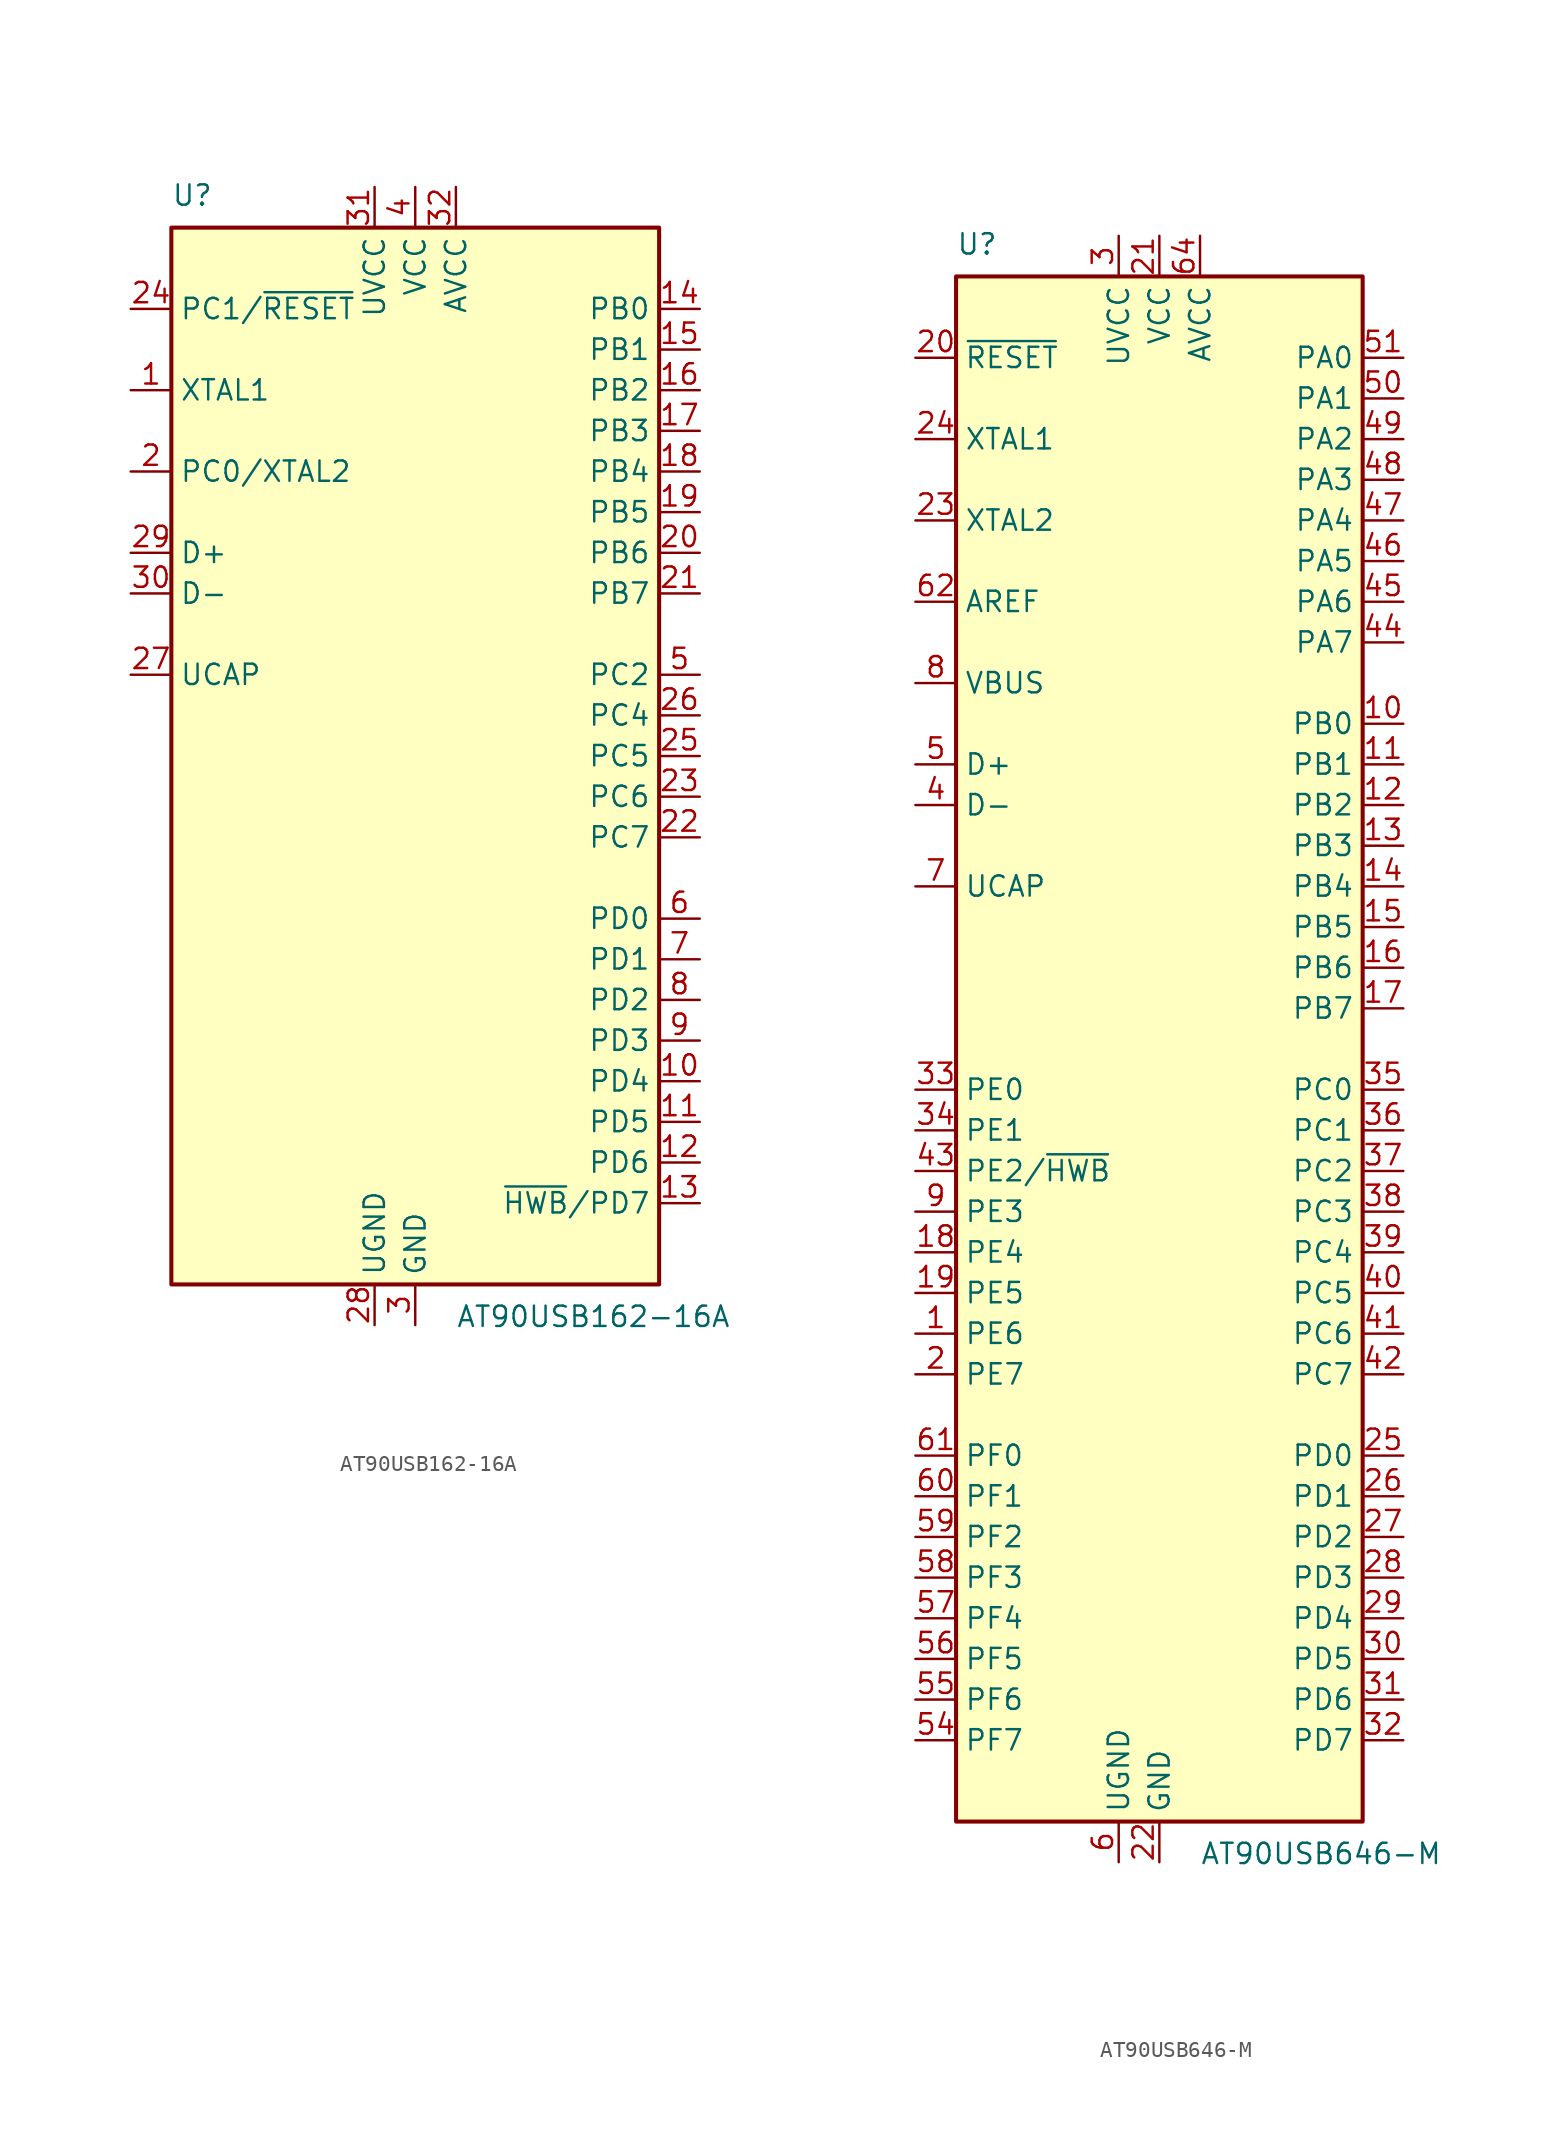
<source format=kicad_sym>
(kicad_symbol_lib
  (version 20201005)
  (generator kicad_symbol_editor)
  (symbol "AT90USB162-16A"
    (property "Reference" "U"
      (at -15.24 34.29 0)
      (effects (font (size 1.27 1.27)) (justify left bottom)))
    (property "Value" "AT90USB162-16A"
      (at 2.54 -34.29 0)
      (effects (font (size 1.27 1.27)) (justify left top)))
    (symbol "AT90USB162-16A_0_1"
      (rectangle (start -15.24 -33.02) (end 15.24 33.02) (stroke (width 0.254)) (fill (type background))))
    (symbol "AT90USB162-16A_1_1"
      (pin input line (at -17.78 22.86 0) (length 2.54) (name "XTAL1" (effects (font (size 1.27 1.27)))) (number "1" (effects (font (size 1.27 1.27)))))
      (pin bidirectional line (at 17.78 -20.32 180) (length 2.54) (name "PD4" (effects (font (size 1.27 1.27)))) (number "10" (effects (font (size 1.27 1.27)))))
      (pin bidirectional line (at 17.78 -22.86 180) (length 2.54) (name "PD5" (effects (font (size 1.27 1.27)))) (number "11" (effects (font (size 1.27 1.27)))))
      (pin bidirectional line (at 17.78 -25.4 180) (length 2.54) (name "PD6" (effects (font (size 1.27 1.27)))) (number "12" (effects (font (size 1.27 1.27)))))
      (pin bidirectional line (at 17.78 -27.94 180) (length 2.54) (name "~HWB~/PD7" (effects (font (size 1.27 1.27)))) (number "13" (effects (font (size 1.27 1.27)))))
      (pin bidirectional line (at 17.78 27.94 180) (length 2.54) (name "PB0" (effects (font (size 1.27 1.27)))) (number "14" (effects (font (size 1.27 1.27)))))
      (pin bidirectional line (at 17.78 25.4 180) (length 2.54) (name "PB1" (effects (font (size 1.27 1.27)))) (number "15" (effects (font (size 1.27 1.27)))))
      (pin bidirectional line (at 17.78 22.86 180) (length 2.54) (name "PB2" (effects (font (size 1.27 1.27)))) (number "16" (effects (font (size 1.27 1.27)))))
      (pin bidirectional line (at 17.78 20.32 180) (length 2.54) (name "PB3" (effects (font (size 1.27 1.27)))) (number "17" (effects (font (size 1.27 1.27)))))
      (pin bidirectional line (at 17.78 17.78 180) (length 2.54) (name "PB4" (effects (font (size 1.27 1.27)))) (number "18" (effects (font (size 1.27 1.27)))))
      (pin bidirectional line (at 17.78 15.24 180) (length 2.54) (name "PB5" (effects (font (size 1.27 1.27)))) (number "19" (effects (font (size 1.27 1.27)))))
      (pin bidirectional line (at -17.78 17.78 0) (length 2.54) (name "PC0/XTAL2" (effects (font (size 1.27 1.27)))) (number "2" (effects (font (size 1.27 1.27)))))
      (pin bidirectional line (at 17.78 12.7 180) (length 2.54) (name "PB6" (effects (font (size 1.27 1.27)))) (number "20" (effects (font (size 1.27 1.27)))))
      (pin bidirectional line (at 17.78 10.16 180) (length 2.54) (name "PB7" (effects (font (size 1.27 1.27)))) (number "21" (effects (font (size 1.27 1.27)))))
      (pin bidirectional line (at 17.78 -5.08 180) (length 2.54) (name "PC7" (effects (font (size 1.27 1.27)))) (number "22" (effects (font (size 1.27 1.27)))))
      (pin bidirectional line (at 17.78 -2.54 180) (length 2.54) (name "PC6" (effects (font (size 1.27 1.27)))) (number "23" (effects (font (size 1.27 1.27)))))
      (pin bidirectional line (at -17.78 27.94 0) (length 2.54) (name "PC1/~RESET" (effects (font (size 1.27 1.27)))) (number "24" (effects (font (size 1.27 1.27)))))
      (pin bidirectional line (at 17.78 0 180) (length 2.54) (name "PC5" (effects (font (size 1.27 1.27)))) (number "25" (effects (font (size 1.27 1.27)))))
      (pin bidirectional line (at 17.78 2.54 180) (length 2.54) (name "PC4" (effects (font (size 1.27 1.27)))) (number "26" (effects (font (size 1.27 1.27)))))
      (pin passive line (at -17.78 5.08 0) (length 2.54) (name "UCAP" (effects (font (size 1.27 1.27)))) (number "27" (effects (font (size 1.27 1.27)))))
      (pin power_in line (at -2.54 -35.56 90) (length 2.54) (name "UGND" (effects (font (size 1.27 1.27)))) (number "28" (effects (font (size 1.27 1.27)))))
      (pin bidirectional line (at -17.78 12.7 0) (length 2.54) (name "D+" (effects (font (size 1.27 1.27)))) (number "29" (effects (font (size 1.27 1.27)))))
      (pin power_in line (at 0 -35.56 90) (length 2.54) (name "GND" (effects (font (size 1.27 1.27)))) (number "3" (effects (font (size 1.27 1.27)))))
      (pin bidirectional line (at -17.78 10.16 0) (length 2.54) (name "D-" (effects (font (size 1.27 1.27)))) (number "30" (effects (font (size 1.27 1.27)))))
      (pin power_in line (at -2.54 35.56 270) (length 2.54) (name "UVCC" (effects (font (size 1.27 1.27)))) (number "31" (effects (font (size 1.27 1.27)))))
      (pin power_in line (at 2.54 35.56 270) (length 2.54) (name "AVCC" (effects (font (size 1.27 1.27)))) (number "32" (effects (font (size 1.27 1.27)))))
      (pin power_in line (at 0 35.56 270) (length 2.54) (name "VCC" (effects (font (size 1.27 1.27)))) (number "4" (effects (font (size 1.27 1.27)))))
      (pin bidirectional line (at 17.78 5.08 180) (length 2.54) (name "PC2" (effects (font (size 1.27 1.27)))) (number "5" (effects (font (size 1.27 1.27)))))
      (pin bidirectional line (at 17.78 -10.16 180) (length 2.54) (name "PD0" (effects (font (size 1.27 1.27)))) (number "6" (effects (font (size 1.27 1.27)))))
      (pin bidirectional line (at 17.78 -12.7 180) (length 2.54) (name "PD1" (effects (font (size 1.27 1.27)))) (number "7" (effects (font (size 1.27 1.27)))))
      (pin bidirectional line (at 17.78 -15.24 180) (length 2.54) (name "PD2" (effects (font (size 1.27 1.27)))) (number "8" (effects (font (size 1.27 1.27)))))
      (pin bidirectional line (at 17.78 -17.78 180) (length 2.54) (name "PD3" (effects (font (size 1.27 1.27)))) (number "9" (effects (font (size 1.27 1.27)))))))
  (symbol "AT90USB646-M"
    (property "Reference" "U"
      (at -12.7 49.53 0)
      (effects (font (size 1.27 1.27)) (justify left bottom)))
    (property "Value" "AT90USB646-M"
      (at 2.54 -49.53 0)
      (effects (font (size 1.27 1.27)) (justify left top)))
    (symbol "AT90USB646-M_0_1"
      (rectangle (start -12.7 -48.26) (end 12.7 48.26) (stroke (width 0.254)) (fill (type background))))
    (symbol "AT90USB646-M_1_1"
      (pin bidirectional line (at -15.24 -17.78 0) (length 2.54) (name "PE6" (effects (font (size 1.27 1.27)))) (number "1" (effects (font (size 1.27 1.27)))))
      (pin bidirectional line (at 15.24 20.32 180) (length 2.54) (name "PB0" (effects (font (size 1.27 1.27)))) (number "10" (effects (font (size 1.27 1.27)))))
      (pin bidirectional line (at 15.24 17.78 180) (length 2.54) (name "PB1" (effects (font (size 1.27 1.27)))) (number "11" (effects (font (size 1.27 1.27)))))
      (pin bidirectional line (at 15.24 15.24 180) (length 2.54) (name "PB2" (effects (font (size 1.27 1.27)))) (number "12" (effects (font (size 1.27 1.27)))))
      (pin bidirectional line (at 15.24 12.7 180) (length 2.54) (name "PB3" (effects (font (size 1.27 1.27)))) (number "13" (effects (font (size 1.27 1.27)))))
      (pin bidirectional line (at 15.24 10.16 180) (length 2.54) (name "PB4" (effects (font (size 1.27 1.27)))) (number "14" (effects (font (size 1.27 1.27)))))
      (pin bidirectional line (at 15.24 7.62 180) (length 2.54) (name "PB5" (effects (font (size 1.27 1.27)))) (number "15" (effects (font (size 1.27 1.27)))))
      (pin bidirectional line (at 15.24 5.08 180) (length 2.54) (name "PB6" (effects (font (size 1.27 1.27)))) (number "16" (effects (font (size 1.27 1.27)))))
      (pin bidirectional line (at 15.24 2.54 180) (length 2.54) (name "PB7" (effects (font (size 1.27 1.27)))) (number "17" (effects (font (size 1.27 1.27)))))
      (pin bidirectional line (at -15.24 -12.7 0) (length 2.54) (name "PE4" (effects (font (size 1.27 1.27)))) (number "18" (effects (font (size 1.27 1.27)))))
      (pin bidirectional line (at -15.24 -15.24 0) (length 2.54) (name "PE5" (effects (font (size 1.27 1.27)))) (number "19" (effects (font (size 1.27 1.27)))))
      (pin bidirectional line (at -15.24 -20.32 0) (length 2.54) (name "PE7" (effects (font (size 1.27 1.27)))) (number "2" (effects (font (size 1.27 1.27)))))
      (pin input line (at -15.24 43.18 0) (length 2.54) (name "~RESET" (effects (font (size 1.27 1.27)))) (number "20" (effects (font (size 1.27 1.27)))))
      (pin power_in line (at 0 50.8 270) (length 2.54) (name "VCC" (effects (font (size 1.27 1.27)))) (number "21" (effects (font (size 1.27 1.27)))))
      (pin power_in line (at 0 -50.8 90) (length 2.54) (name "GND" (effects (font (size 1.27 1.27)))) (number "22" (effects (font (size 1.27 1.27)))))
      (pin output line (at -15.24 33.02 0) (length 2.54) (name "XTAL2" (effects (font (size 1.27 1.27)))) (number "23" (effects (font (size 1.27 1.27)))))
      (pin input line (at -15.24 38.1 0) (length 2.54) (name "XTAL1" (effects (font (size 1.27 1.27)))) (number "24" (effects (font (size 1.27 1.27)))))
      (pin bidirectional line (at 15.24 -25.4 180) (length 2.54) (name "PD0" (effects (font (size 1.27 1.27)))) (number "25" (effects (font (size 1.27 1.27)))))
      (pin bidirectional line (at 15.24 -27.94 180) (length 2.54) (name "PD1" (effects (font (size 1.27 1.27)))) (number "26" (effects (font (size 1.27 1.27)))))
      (pin bidirectional line (at 15.24 -30.48 180) (length 2.54) (name "PD2" (effects (font (size 1.27 1.27)))) (number "27" (effects (font (size 1.27 1.27)))))
      (pin bidirectional line (at 15.24 -33.02 180) (length 2.54) (name "PD3" (effects (font (size 1.27 1.27)))) (number "28" (effects (font (size 1.27 1.27)))))
      (pin bidirectional line (at 15.24 -35.56 180) (length 2.54) (name "PD4" (effects (font (size 1.27 1.27)))) (number "29" (effects (font (size 1.27 1.27)))))
      (pin power_in line (at -2.54 50.8 270) (length 2.54) (name "UVCC" (effects (font (size 1.27 1.27)))) (number "3" (effects (font (size 1.27 1.27)))))
      (pin bidirectional line (at 15.24 -38.1 180) (length 2.54) (name "PD5" (effects (font (size 1.27 1.27)))) (number "30" (effects (font (size 1.27 1.27)))))
      (pin bidirectional line (at 15.24 -40.64 180) (length 2.54) (name "PD6" (effects (font (size 1.27 1.27)))) (number "31" (effects (font (size 1.27 1.27)))))
      (pin bidirectional line (at 15.24 -43.18 180) (length 2.54) (name "PD7" (effects (font (size 1.27 1.27)))) (number "32" (effects (font (size 1.27 1.27)))))
      (pin bidirectional line (at -15.24 -2.54 0) (length 2.54) (name "PE0" (effects (font (size 1.27 1.27)))) (number "33" (effects (font (size 1.27 1.27)))))
      (pin bidirectional line (at -15.24 -5.08 0) (length 2.54) (name "PE1" (effects (font (size 1.27 1.27)))) (number "34" (effects (font (size 1.27 1.27)))))
      (pin bidirectional line (at 15.24 -2.54 180) (length 2.54) (name "PC0" (effects (font (size 1.27 1.27)))) (number "35" (effects (font (size 1.27 1.27)))))
      (pin bidirectional line (at 15.24 -5.08 180) (length 2.54) (name "PC1" (effects (font (size 1.27 1.27)))) (number "36" (effects (font (size 1.27 1.27)))))
      (pin bidirectional line (at 15.24 -7.62 180) (length 2.54) (name "PC2" (effects (font (size 1.27 1.27)))) (number "37" (effects (font (size 1.27 1.27)))))
      (pin bidirectional line (at 15.24 -10.16 180) (length 2.54) (name "PC3" (effects (font (size 1.27 1.27)))) (number "38" (effects (font (size 1.27 1.27)))))
      (pin bidirectional line (at 15.24 -12.7 180) (length 2.54) (name "PC4" (effects (font (size 1.27 1.27)))) (number "39" (effects (font (size 1.27 1.27)))))
      (pin bidirectional line (at -15.24 15.24 0) (length 2.54) (name "D-" (effects (font (size 1.27 1.27)))) (number "4" (effects (font (size 1.27 1.27)))))
      (pin bidirectional line (at 15.24 -15.24 180) (length 2.54) (name "PC5" (effects (font (size 1.27 1.27)))) (number "40" (effects (font (size 1.27 1.27)))))
      (pin bidirectional line (at 15.24 -17.78 180) (length 2.54) (name "PC6" (effects (font (size 1.27 1.27)))) (number "41" (effects (font (size 1.27 1.27)))))
      (pin bidirectional line (at 15.24 -20.32 180) (length 2.54) (name "PC7" (effects (font (size 1.27 1.27)))) (number "42" (effects (font (size 1.27 1.27)))))
      (pin bidirectional line (at -15.24 -7.62 0) (length 2.54) (name "PE2/~HWB" (effects (font (size 1.27 1.27)))) (number "43" (effects (font (size 1.27 1.27)))))
      (pin bidirectional line (at 15.24 25.4 180) (length 2.54) (name "PA7" (effects (font (size 1.27 1.27)))) (number "44" (effects (font (size 1.27 1.27)))))
      (pin bidirectional line (at 15.24 27.94 180) (length 2.54) (name "PA6" (effects (font (size 1.27 1.27)))) (number "45" (effects (font (size 1.27 1.27)))))
      (pin bidirectional line (at 15.24 30.48 180) (length 2.54) (name "PA5" (effects (font (size 1.27 1.27)))) (number "46" (effects (font (size 1.27 1.27)))))
      (pin bidirectional line (at 15.24 33.02 180) (length 2.54) (name "PA4" (effects (font (size 1.27 1.27)))) (number "47" (effects (font (size 1.27 1.27)))))
      (pin bidirectional line (at 15.24 35.56 180) (length 2.54) (name "PA3" (effects (font (size 1.27 1.27)))) (number "48" (effects (font (size 1.27 1.27)))))
      (pin bidirectional line (at 15.24 38.1 180) (length 2.54) (name "PA2" (effects (font (size 1.27 1.27)))) (number "49" (effects (font (size 1.27 1.27)))))
      (pin bidirectional line (at -15.24 17.78 0) (length 2.54) (name "D+" (effects (font (size 1.27 1.27)))) (number "5" (effects (font (size 1.27 1.27)))))
      (pin bidirectional line (at 15.24 40.64 180) (length 2.54) (name "PA1" (effects (font (size 1.27 1.27)))) (number "50" (effects (font (size 1.27 1.27)))))
      (pin bidirectional line (at 15.24 43.18 180) (length 2.54) (name "PA0" (effects (font (size 1.27 1.27)))) (number "51" (effects (font (size 1.27 1.27)))))
      (pin passive line (at 0 50.8 270) (length 2.54) hide (name "VCC" (effects (font (size 1.27 1.27)))) (number "52" (effects (font (size 1.27 1.27)))))
      (pin passive line (at 0 -50.8 90) (length 2.54) hide (name "GND" (effects (font (size 1.27 1.27)))) (number "53" (effects (font (size 1.27 1.27)))))
      (pin bidirectional line (at -15.24 -43.18 0) (length 2.54) (name "PF7" (effects (font (size 1.27 1.27)))) (number "54" (effects (font (size 1.27 1.27)))))
      (pin bidirectional line (at -15.24 -40.64 0) (length 2.54) (name "PF6" (effects (font (size 1.27 1.27)))) (number "55" (effects (font (size 1.27 1.27)))))
      (pin bidirectional line (at -15.24 -38.1 0) (length 2.54) (name "PF5" (effects (font (size 1.27 1.27)))) (number "56" (effects (font (size 1.27 1.27)))))
      (pin bidirectional line (at -15.24 -35.56 0) (length 2.54) (name "PF4" (effects (font (size 1.27 1.27)))) (number "57" (effects (font (size 1.27 1.27)))))
      (pin bidirectional line (at -15.24 -33.02 0) (length 2.54) (name "PF3" (effects (font (size 1.27 1.27)))) (number "58" (effects (font (size 1.27 1.27)))))
      (pin bidirectional line (at -15.24 -30.48 0) (length 2.54) (name "PF2" (effects (font (size 1.27 1.27)))) (number "59" (effects (font (size 1.27 1.27)))))
      (pin power_in line (at -2.54 -50.8 90) (length 2.54) (name "UGND" (effects (font (size 1.27 1.27)))) (number "6" (effects (font (size 1.27 1.27)))))
      (pin bidirectional line (at -15.24 -27.94 0) (length 2.54) (name "PF1" (effects (font (size 1.27 1.27)))) (number "60" (effects (font (size 1.27 1.27)))))
      (pin bidirectional line (at -15.24 -25.4 0) (length 2.54) (name "PF0" (effects (font (size 1.27 1.27)))) (number "61" (effects (font (size 1.27 1.27)))))
      (pin passive line (at -15.24 27.94 0) (length 2.54) (name "AREF" (effects (font (size 1.27 1.27)))) (number "62" (effects (font (size 1.27 1.27)))))
      (pin passive line (at 0 -50.8 90) (length 2.54) hide (name "GND" (effects (font (size 1.27 1.27)))) (number "63" (effects (font (size 1.27 1.27)))))
      (pin power_in line (at 2.54 50.8 270) (length 2.54) (name "AVCC" (effects (font (size 1.27 1.27)))) (number "64" (effects (font (size 1.27 1.27)))))
      (pin passive line (at 0 -50.8 90) (length 2.54) hide (name "GND" (effects (font (size 1.27 1.27)))) (number "65" (effects (font (size 1.27 1.27)))))
      (pin passive line (at -15.24 10.16 0) (length 2.54) (name "UCAP" (effects (font (size 1.27 1.27)))) (number "7" (effects (font (size 1.27 1.27)))))
      (pin input line (at -15.24 22.86 0) (length 2.54) (name "VBUS" (effects (font (size 1.27 1.27)))) (number "8" (effects (font (size 1.27 1.27)))))
      (pin bidirectional line (at -15.24 -10.16 0) (length 2.54) (name "PE3" (effects (font (size 1.27 1.27)))) (number "9" (effects (font (size 1.27 1.27))))))))
</source>
